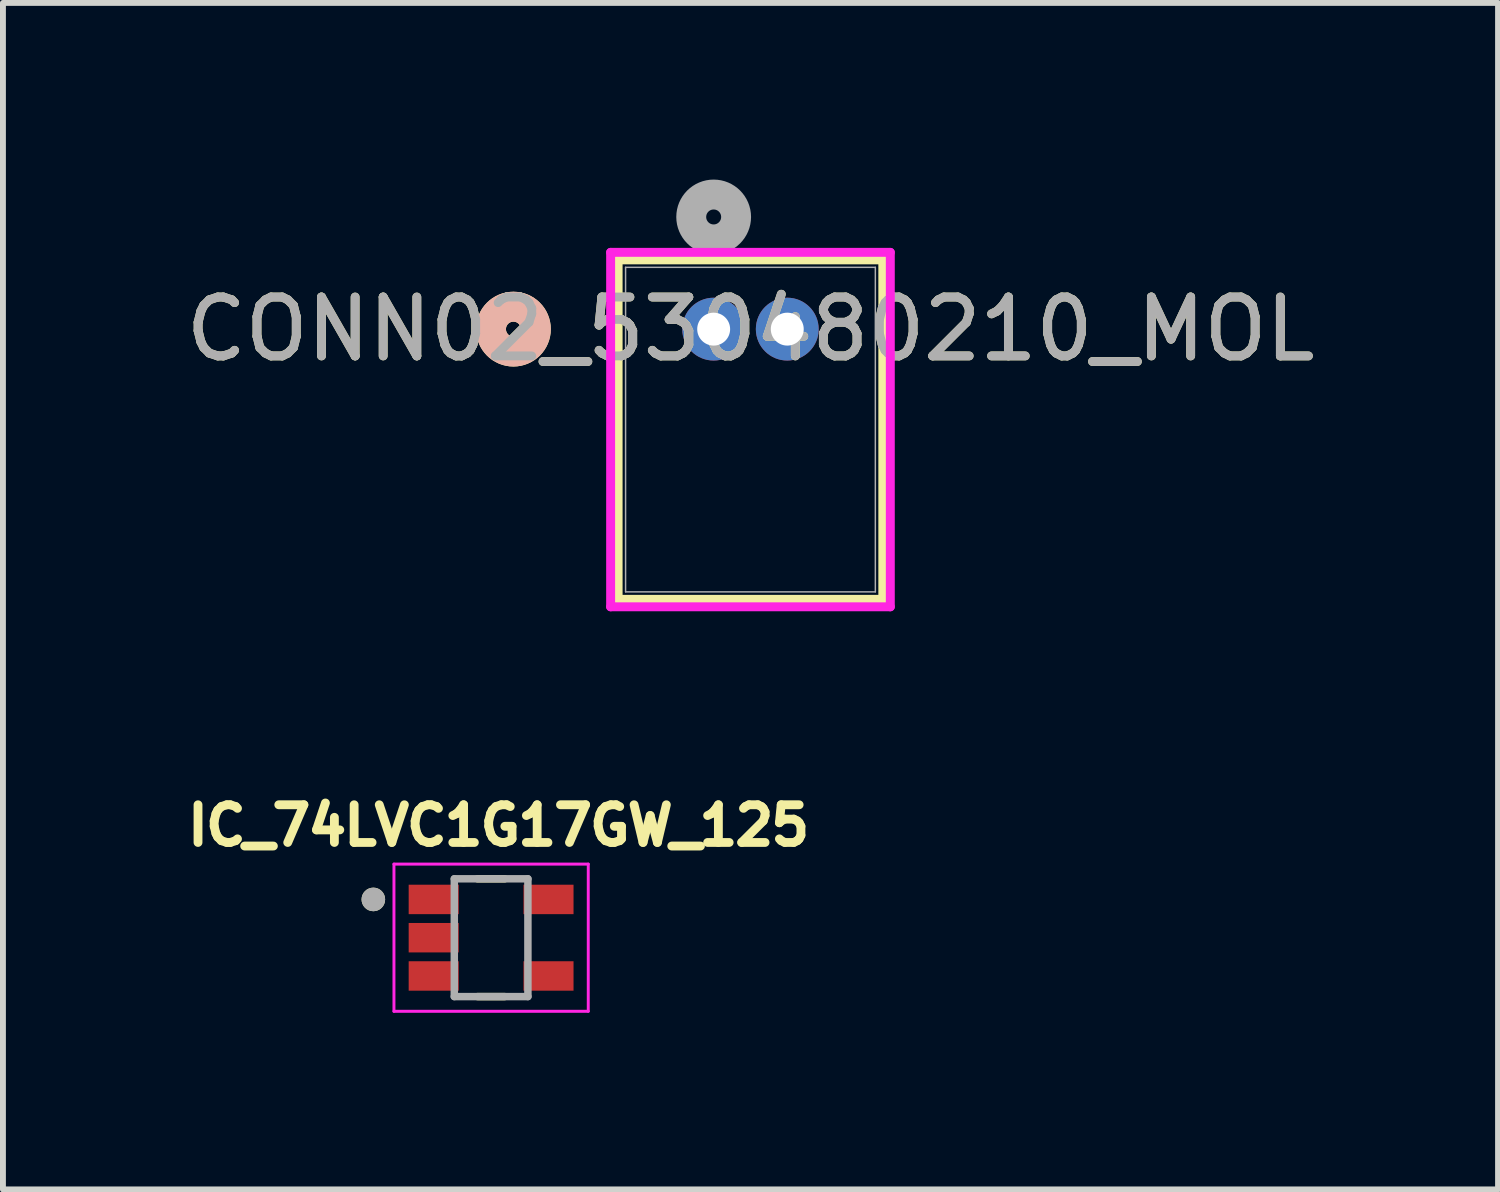
<source format=kicad_pcb>
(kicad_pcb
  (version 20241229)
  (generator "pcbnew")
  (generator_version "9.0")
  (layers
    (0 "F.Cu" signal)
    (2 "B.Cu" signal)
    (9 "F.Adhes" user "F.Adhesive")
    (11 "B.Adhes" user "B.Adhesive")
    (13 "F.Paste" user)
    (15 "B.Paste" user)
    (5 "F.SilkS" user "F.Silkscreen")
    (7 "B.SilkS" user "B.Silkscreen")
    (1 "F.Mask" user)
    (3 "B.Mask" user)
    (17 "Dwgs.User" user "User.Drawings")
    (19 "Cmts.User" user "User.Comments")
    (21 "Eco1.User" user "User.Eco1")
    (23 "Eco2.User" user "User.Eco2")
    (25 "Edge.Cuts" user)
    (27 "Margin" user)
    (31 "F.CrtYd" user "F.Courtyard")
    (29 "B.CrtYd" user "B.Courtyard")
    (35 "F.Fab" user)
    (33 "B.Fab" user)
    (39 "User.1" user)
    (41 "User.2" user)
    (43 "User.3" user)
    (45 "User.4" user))
  (footprint "CONN02_530480210_MOL"
    (layer "F.Cu")
    (at 9.071 2.54)
    (property "Reference" "CONN02_530480210_MOL" (at 0.625 0 0) (unlocked yes) (layer "F.SilkS") (effects (font (size 1 1) (thickness 0.15))))
    (attr through_hole)
    (fp_line (start -1.623 -1.177) (end -1.623 4.589) (stroke (width 0.152) (type solid)) (layer "F.SilkS"))
    (fp_line (start -1.623 4.589) (end 2.873 4.589) (stroke (width 0.152) (type solid)) (layer "F.SilkS"))
    (fp_line (start 2.873 -1.177) (end -1.623 -1.177) (stroke (width 0.152) (type solid)) (layer "F.SilkS"))
    (fp_line (start 2.873 4.589) (end 2.873 -1.177) (stroke (width 0.152) (type solid)) (layer "F.SilkS"))
    (fp_circle (center -3.401 0) (end -3.02 0) (stroke (width 0.508) (type solid)) (fill no) (layer "F.SilkS"))
    (fp_circle (center -3.401 0) (end -3.02 0) (stroke (width 0.508) (type solid)) (fill no) (layer "B.SilkS"))
    (fp_line (start -1.75 -1.304) (end -1.75 4.716) (stroke (width 0.152) (type solid)) (layer "F.CrtYd"))
    (fp_line (start -1.75 4.716) (end 3 4.716) (stroke (width 0.152) (type solid)) (layer "F.CrtYd"))
    (fp_line (start 3 -1.304) (end -1.75 -1.304) (stroke (width 0.152) (type solid)) (layer "F.CrtYd"))
    (fp_line (start 3 4.716) (end 3 -1.304) (stroke (width 0.152) (type solid)) (layer "F.CrtYd"))
    (fp_line (start -1.496 -1.05) (end -1.496 4.462) (stroke (width 0.025) (type solid)) (layer "F.Fab"))
    (fp_line (start -1.496 4.462) (end 2.746 4.462) (stroke (width 0.025) (type solid)) (layer "F.Fab"))
    (fp_line (start 2.746 -1.05) (end -1.496 -1.05) (stroke (width 0.025) (type solid)) (layer "F.Fab"))
    (fp_line (start 2.746 4.462) (end 2.746 -1.05) (stroke (width 0.025) (type solid)) (layer "F.Fab"))
    (fp_circle (center 0 -1.905) (end 0.381 -1.905) (stroke (width 0.508) (type solid)) (fill no) (layer "F.Fab"))
    (fp_text user "${REFERENCE}" (at 0.625 0 0) (unlocked yes) (layer "F.Fab") (effects (font (size 1 1) (thickness 0.15))))
    (pad "1" thru_hole circle (at 0 0) (size 1.067 1.067) (drill 0.559) (layers "*.Cu" "*.Mask"))
    (pad "2" thru_hole circle (at 1.25 0) (size 1.067 1.067) (drill 0.559) (layers "*.Cu" "*.Mask")))
  (footprint "IC_74LVC1G17GW_125"
    (layer "F.Cu")
    (at 5.291 12.876)
    (property "Reference" "IC_74LVC1G17GW_125" (at 0.127 -1.906 0) (layer "F.SilkS") (effects (font (size 0.64 0.64) (thickness 0.15))))
    (attr smd)
    (fp_poly (pts (xy -1.35 -0.85) (xy -0.6 -0.85) (xy -0.6 -0.45) (xy -1.35 -0.45)) (stroke (width 0.01) (type solid)) (fill yes) (layer "F.Mask"))
    (fp_poly (pts (xy -1.35 -0.2) (xy -0.6 -0.2) (xy -0.6 0.2) (xy -1.35 0.2)) (stroke (width 0.01) (type solid)) (fill yes) (layer "F.Mask"))
    (fp_poly (pts (xy -1.35 0.45) (xy -0.6 0.45) (xy -0.6 0.85) (xy -1.35 0.85)) (stroke (width 0.01) (type solid)) (fill yes) (layer "F.Mask"))
    (fp_poly (pts (xy 0.6 -0.85) (xy 1.35 -0.85) (xy 1.35 -0.45) (xy 0.6 -0.45)) (stroke (width 0.01) (type solid)) (fill yes) (layer "F.Mask"))
    (fp_poly (pts (xy 0.6 0.45) (xy 1.35 0.45) (xy 1.35 0.85) (xy 0.6 0.85)) (stroke (width 0.01) (type solid)) (fill yes) (layer "F.Mask"))
    (fp_line (start -0.23 -1) (end 0.23 -1) (stroke (width 0.127) (type solid)) (layer "F.SilkS"))
    (fp_line (start 0.23 1) (end -0.23 1) (stroke (width 0.127) (type solid)) (layer "F.SilkS"))
    (fp_circle (center -2 -0.65) (end -1.9 -0.65) (stroke (width 0.2) (type solid)) (fill no) (layer "F.SilkS"))
    (fp_poly (pts (xy -1.3 -0.8) (xy -0.65 -0.8) (xy -0.65 -0.5) (xy -1.3 -0.5)) (stroke (width 0.01) (type solid)) (fill yes) (layer "F.Paste"))
    (fp_poly (pts (xy -1.3 -0.15) (xy -0.65 -0.15) (xy -0.65 0.15) (xy -1.3 0.15)) (stroke (width 0.01) (type solid)) (fill yes) (layer "F.Paste"))
    (fp_poly (pts (xy -1.3 0.5) (xy -0.65 0.5) (xy -0.65 0.8) (xy -1.3 0.8)) (stroke (width 0.01) (type solid)) (fill yes) (layer "F.Paste"))
    (fp_poly (pts (xy 0.65 -0.8) (xy 1.3 -0.8) (xy 1.3 -0.5) (xy 0.65 -0.5)) (stroke (width 0.01) (type solid)) (fill yes) (layer "F.Paste"))
    (fp_poly (pts (xy 0.65 0.5) (xy 1.3 0.5) (xy 1.3 0.8) (xy 0.65 0.8)) (stroke (width 0.01) (type solid)) (fill yes) (layer "F.Paste"))
    (fp_line (start -1.65 -1.25) (end 1.65 -1.25) (stroke (width 0.05) (type solid)) (layer "F.CrtYd"))
    (fp_line (start -1.65 1.25) (end -1.65 -1.25) (stroke (width 0.05) (type solid)) (layer "F.CrtYd"))
    (fp_line (start 1.65 -1.25) (end 1.65 1.25) (stroke (width 0.05) (type solid)) (layer "F.CrtYd"))
    (fp_line (start 1.65 1.25) (end -1.65 1.25) (stroke (width 0.05) (type solid)) (layer "F.CrtYd"))
    (fp_line (start -0.625 -1) (end 0.625 -1) (stroke (width 0.127) (type solid)) (layer "F.Fab"))
    (fp_line (start -0.625 1) (end -0.625 -1) (stroke (width 0.127) (type solid)) (layer "F.Fab"))
    (fp_line (start 0.625 -1) (end 0.625 1) (stroke (width 0.127) (type solid)) (layer "F.Fab"))
    (fp_line (start 0.625 1) (end -0.625 1) (stroke (width 0.127) (type solid)) (layer "F.Fab"))
    (fp_circle (center -2 -0.65) (end -1.9 -0.65) (stroke (width 0.2) (type solid)) (fill no) (layer "F.Fab"))
    (pad "1" smd rect (at -0.975 -0.65) (size 0.85 0.5) (layers "F.Cu"))
    (pad "2" smd rect (at -0.975 0) (size 0.85 0.5) (layers "F.Cu"))
    (pad "3" smd rect (at -0.975 0.65) (size 0.85 0.5) (layers "F.Cu"))
    (pad "4" smd rect (at 0.975 0.65) (size 0.85 0.5) (layers "F.Cu"))
    (pad "5" smd rect (at 0.975 -0.65) (size 0.85 0.5) (layers "F.Cu")))
  (gr_rect
    (start -3 -3)
    (end 22.393 17.151)
    (stroke (width 0.1) (type default))
    (fill no)
    (layer "Edge.Cuts")))
</source>
